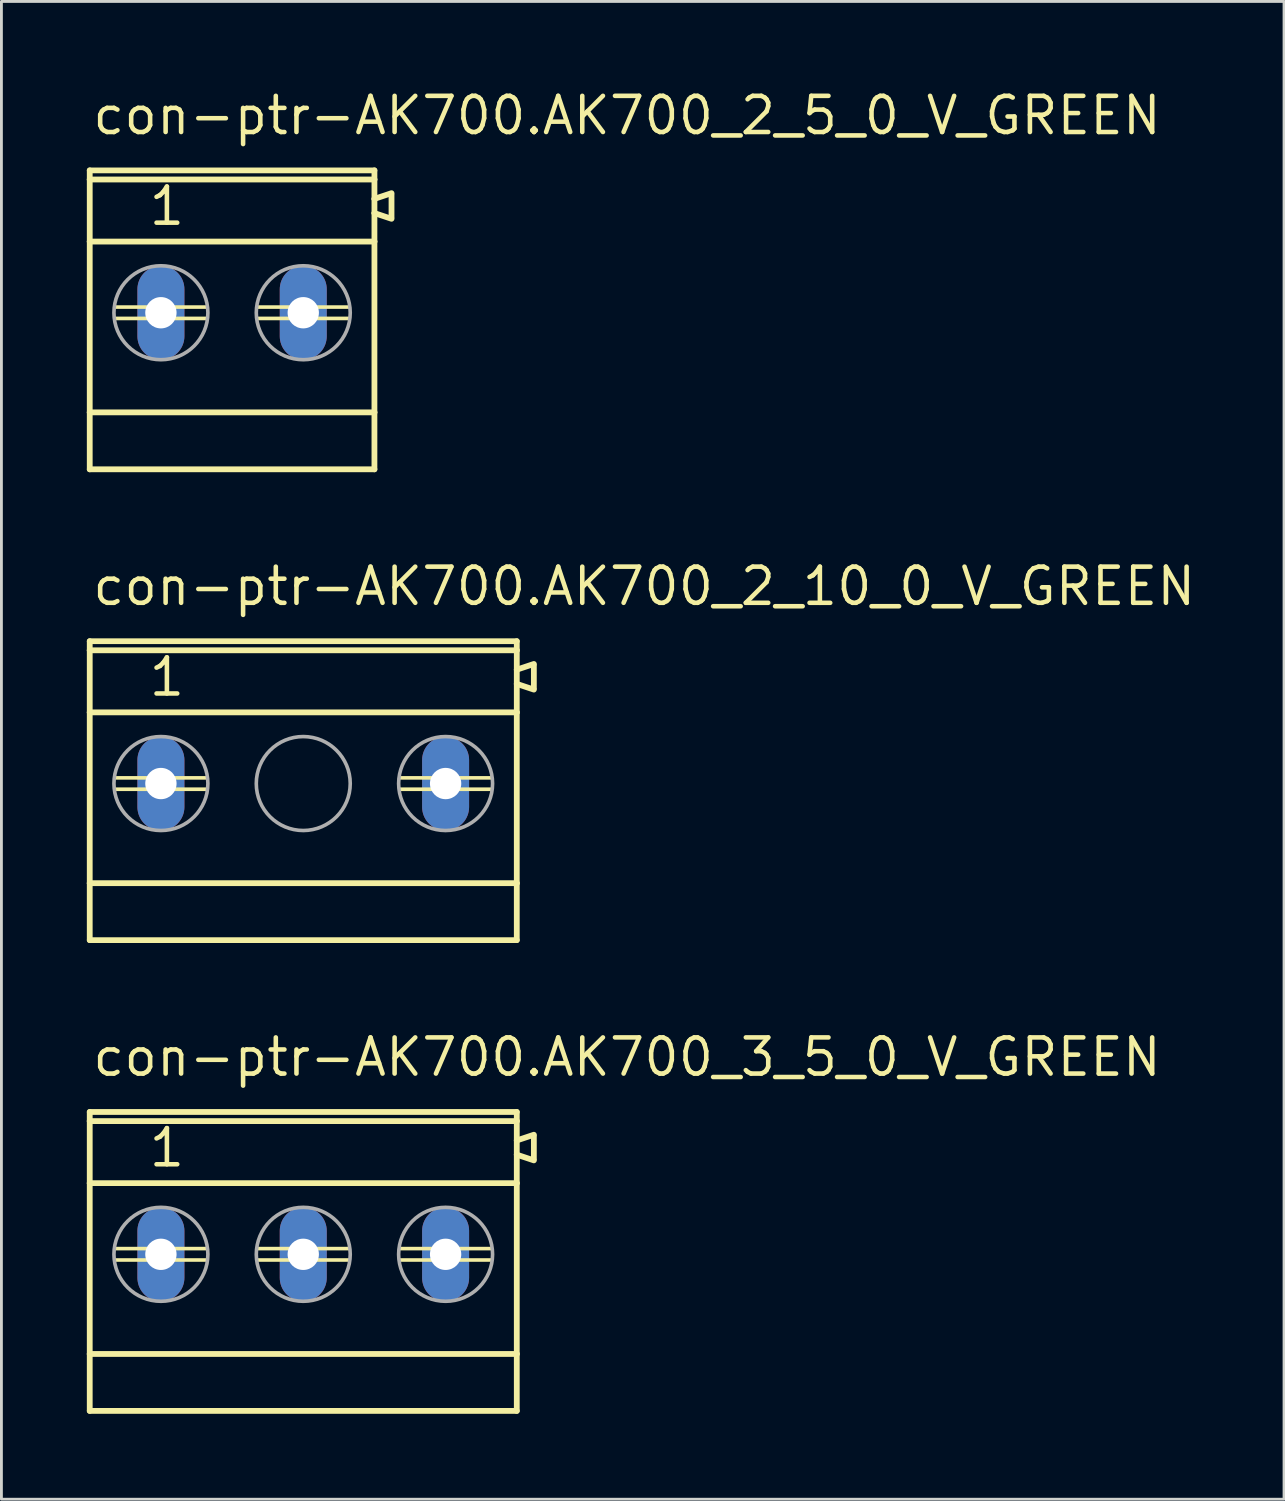
<source format=kicad_pcb>
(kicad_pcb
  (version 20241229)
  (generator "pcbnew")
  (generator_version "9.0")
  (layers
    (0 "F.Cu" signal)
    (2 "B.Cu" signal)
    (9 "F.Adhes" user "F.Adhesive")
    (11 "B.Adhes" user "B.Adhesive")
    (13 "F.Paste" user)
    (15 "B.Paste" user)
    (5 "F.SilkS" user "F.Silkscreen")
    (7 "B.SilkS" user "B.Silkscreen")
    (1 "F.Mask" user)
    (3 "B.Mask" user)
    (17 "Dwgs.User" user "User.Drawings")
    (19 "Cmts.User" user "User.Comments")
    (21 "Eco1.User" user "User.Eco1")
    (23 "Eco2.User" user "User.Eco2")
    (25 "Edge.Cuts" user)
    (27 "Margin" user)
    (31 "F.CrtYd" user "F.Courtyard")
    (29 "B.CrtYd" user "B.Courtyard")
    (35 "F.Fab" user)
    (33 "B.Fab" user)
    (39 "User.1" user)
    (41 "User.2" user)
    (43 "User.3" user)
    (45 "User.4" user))
  (footprint "con-ptr-AK700.AK700_2_5_0_V_GREEN"
    (layer "F.Cu")
    (at 5.102 7.935)
    (property "Reference" "con-ptr-AK700.AK700_2_5_0_V_GREEN" (at -4.98 -6.185 0) (layer "F.SilkS") (effects (font (size 1.27 1.27) (thickness 0.16)) (justify left bottom)))
    (attr through_hole)
    (fp_line (start -5 -5) (end -5 -4.68) (stroke (width 0.203) (type default)) (layer "F.SilkS"))
    (fp_line (start -5 -4.68) (end -5 -2.5) (stroke (width 0.203) (type default)) (layer "F.SilkS"))
    (fp_line (start -5 -2.5) (end -5 3.5) (stroke (width 0.203) (type default)) (layer "F.SilkS"))
    (fp_line (start -5 3.5) (end -5 5.5) (stroke (width 0.203) (type default)) (layer "F.SilkS"))
    (fp_line (start -5 5.5) (end 5 5.5) (stroke (width 0.203) (type default)) (layer "F.SilkS"))
    (fp_line (start -4.1 -0.2) (end -0.9 -0.2) (stroke (width 0.127) (type default)) (layer "F.SilkS"))
    (fp_line (start -4.1 0.2) (end -0.9 0.2) (stroke (width 0.127) (type default)) (layer "F.SilkS"))
    (fp_line (start 0.9 -0.2) (end 4.1 -0.2) (stroke (width 0.127) (type default)) (layer "F.SilkS"))
    (fp_line (start 0.9 0.2) (end 4.1 0.2) (stroke (width 0.127) (type default)) (layer "F.SilkS"))
    (fp_line (start 5 -5) (end -5 -5) (stroke (width 0.203) (type default)) (layer "F.SilkS"))
    (fp_line (start 5 -4.68) (end -5 -4.68) (stroke (width 0.203) (type default)) (layer "F.SilkS"))
    (fp_line (start 5 -4.68) (end 5 -5) (stroke (width 0.203) (type default)) (layer "F.SilkS"))
    (fp_line (start 5 -4) (end 5 -4.68) (stroke (width 0.203) (type default)) (layer "F.SilkS"))
    (fp_line (start 5 -3.5) (end 5 -4) (stroke (width 0.203) (type default)) (layer "F.SilkS"))
    (fp_line (start 5 -2.5) (end -5 -2.5) (stroke (width 0.203) (type default)) (layer "F.SilkS"))
    (fp_line (start 5 -2.5) (end 5 -3.5) (stroke (width 0.203) (type default)) (layer "F.SilkS"))
    (fp_line (start 5 3.5) (end -5 3.5) (stroke (width 0.203) (type default)) (layer "F.SilkS"))
    (fp_line (start 5 3.5) (end 5 -2.5) (stroke (width 0.203) (type default)) (layer "F.SilkS"))
    (fp_line (start 5 5.5) (end 5 3.5) (stroke (width 0.203) (type default)) (layer "F.SilkS"))
    (fp_line (start 5.6 -4.2) (end 5 -4) (stroke (width 0.203) (type default)) (layer "F.SilkS"))
    (fp_line (start 5.6 -3.35) (end 5.6 -4.15) (stroke (width 0.203) (type default)) (layer "F.SilkS"))
    (fp_line (start 5.6 -3.3) (end 5 -3.5) (stroke (width 0.203) (type default)) (layer "F.SilkS"))
    (fp_circle (center -2.5 0) (end -0.85 0) (stroke (width 0.127) (type default)) (fill no) (layer "F.Fab"))
    (fp_circle (center 2.5 0) (end 4.15 0) (stroke (width 0.127) (type default)) (fill no) (layer "F.Fab"))
    (fp_text user "1" (at -3 -3 0) (layer "F.SilkS") (effects (font (size 1.27 1.27) (thickness 0.16)) (justify left bottom)))
    (pad "1" thru_hole oval (at -2.5 0 90) (size 3.3 1.65) (drill 1.1) (layers "*.Cu" "*.Mask"))
    (pad "2" thru_hole oval (at 2.5 0 90) (size 3.3 1.65) (drill 1.1) (layers "*.Cu" "*.Mask")))
  (footprint "con-ptr-AK700.AK700_3_5_0_V_GREEN"
    (layer "F.Cu")
    (at 7.602 41.008)
    (property "Reference" "con-ptr-AK700.AK700_3_5_0_V_GREEN" (at -7.48 -6.185 0) (layer "F.SilkS") (effects (font (size 1.27 1.27) (thickness 0.16)) (justify left bottom)))
    (attr through_hole)
    (fp_line (start -7.5 -5) (end -7.5 -4.68) (stroke (width 0.203) (type default)) (layer "F.SilkS"))
    (fp_line (start -7.5 -4.68) (end -7.5 -2.5) (stroke (width 0.203) (type default)) (layer "F.SilkS"))
    (fp_line (start -7.5 -2.5) (end -7.5 3.5) (stroke (width 0.203) (type default)) (layer "F.SilkS"))
    (fp_line (start -7.5 3.5) (end -7.5 5.5) (stroke (width 0.203) (type default)) (layer "F.SilkS"))
    (fp_line (start -7.5 5.5) (end 7.5 5.5) (stroke (width 0.203) (type default)) (layer "F.SilkS"))
    (fp_line (start -6.6 -0.2) (end -3.4 -0.2) (stroke (width 0.127) (type default)) (layer "F.SilkS"))
    (fp_line (start -6.6 0.2) (end -3.4 0.2) (stroke (width 0.127) (type default)) (layer "F.SilkS"))
    (fp_line (start -1.6 -0.2) (end 1.6 -0.2) (stroke (width 0.127) (type default)) (layer "F.SilkS"))
    (fp_line (start -1.6 0.2) (end 1.6 0.2) (stroke (width 0.127) (type default)) (layer "F.SilkS"))
    (fp_line (start 3.4 -0.2) (end 6.6 -0.2) (stroke (width 0.127) (type default)) (layer "F.SilkS"))
    (fp_line (start 3.4 0.2) (end 6.6 0.2) (stroke (width 0.127) (type default)) (layer "F.SilkS"))
    (fp_line (start 7.5 -5) (end -7.5 -5) (stroke (width 0.203) (type default)) (layer "F.SilkS"))
    (fp_line (start 7.5 -4.68) (end -7.5 -4.68) (stroke (width 0.203) (type default)) (layer "F.SilkS"))
    (fp_line (start 7.5 -4.68) (end 7.5 -5) (stroke (width 0.203) (type default)) (layer "F.SilkS"))
    (fp_line (start 7.5 -4) (end 7.5 -4.68) (stroke (width 0.203) (type default)) (layer "F.SilkS"))
    (fp_line (start 7.5 -3.5) (end 7.5 -4) (stroke (width 0.203) (type default)) (layer "F.SilkS"))
    (fp_line (start 7.5 -2.5) (end -7.5 -2.5) (stroke (width 0.203) (type default)) (layer "F.SilkS"))
    (fp_line (start 7.5 -2.5) (end 7.5 -3.5) (stroke (width 0.203) (type default)) (layer "F.SilkS"))
    (fp_line (start 7.5 3.5) (end -7.5 3.5) (stroke (width 0.203) (type default)) (layer "F.SilkS"))
    (fp_line (start 7.5 3.5) (end 7.5 -2.5) (stroke (width 0.203) (type default)) (layer "F.SilkS"))
    (fp_line (start 7.5 5.5) (end 7.5 3.5) (stroke (width 0.203) (type default)) (layer "F.SilkS"))
    (fp_line (start 8.1 -4.2) (end 7.5 -4) (stroke (width 0.203) (type default)) (layer "F.SilkS"))
    (fp_line (start 8.1 -3.35) (end 8.1 -4.15) (stroke (width 0.203) (type default)) (layer "F.SilkS"))
    (fp_line (start 8.1 -3.3) (end 7.5 -3.5) (stroke (width 0.203) (type default)) (layer "F.SilkS"))
    (fp_circle (center -5 0) (end -3.35 0) (stroke (width 0.127) (type default)) (fill no) (layer "F.Fab"))
    (fp_circle (center 0 0) (end 1.65 0) (stroke (width 0.127) (type default)) (fill no) (layer "F.Fab"))
    (fp_circle (center 5 0) (end 6.65 0) (stroke (width 0.127) (type default)) (fill no) (layer "F.Fab"))
    (fp_text user "1" (at -5.5 -3 0) (layer "F.SilkS") (effects (font (size 1.27 1.27) (thickness 0.16)) (justify left bottom)))
    (pad "1" thru_hole oval (at -5 0 90) (size 3.3 1.65) (drill 1.1) (layers "*.Cu" "*.Mask"))
    (pad "2" thru_hole oval (at 0 0 90) (size 3.3 1.65) (drill 1.1) (layers "*.Cu" "*.Mask"))
    (pad "3" thru_hole oval (at 5 0 90) (size 3.3 1.65) (drill 1.1) (layers "*.Cu" "*.Mask")))
  (footprint "con-ptr-AK700.AK700_2_10_0_V_GREEN"
    (layer "F.Cu")
    (at 7.602 24.472)
    (property "Reference" "con-ptr-AK700.AK700_2_10_0_V_GREEN" (at -7.48 -6.185 0) (layer "F.SilkS") (effects (font (size 1.27 1.27) (thickness 0.16)) (justify left bottom)))
    (attr through_hole)
    (fp_line (start -7.5 -5) (end -7.5 -4.68) (stroke (width 0.203) (type default)) (layer "F.SilkS"))
    (fp_line (start -7.5 -4.68) (end -7.5 -2.5) (stroke (width 0.203) (type default)) (layer "F.SilkS"))
    (fp_line (start -7.5 -2.5) (end -7.5 3.5) (stroke (width 0.203) (type default)) (layer "F.SilkS"))
    (fp_line (start -7.5 3.5) (end -7.5 5.5) (stroke (width 0.203) (type default)) (layer "F.SilkS"))
    (fp_line (start -7.5 5.5) (end 7.5 5.5) (stroke (width 0.203) (type default)) (layer "F.SilkS"))
    (fp_line (start -6.6 -0.2) (end -3.4 -0.2) (stroke (width 0.127) (type default)) (layer "F.SilkS"))
    (fp_line (start -6.6 0.2) (end -3.4 0.2) (stroke (width 0.127) (type default)) (layer "F.SilkS"))
    (fp_line (start 3.4 -0.2) (end 6.6 -0.2) (stroke (width 0.127) (type default)) (layer "F.SilkS"))
    (fp_line (start 3.4 0.2) (end 6.6 0.2) (stroke (width 0.127) (type default)) (layer "F.SilkS"))
    (fp_line (start 7.5 -5) (end -7.5 -5) (stroke (width 0.203) (type default)) (layer "F.SilkS"))
    (fp_line (start 7.5 -4.68) (end -7.5 -4.68) (stroke (width 0.203) (type default)) (layer "F.SilkS"))
    (fp_line (start 7.5 -4.68) (end 7.5 -5) (stroke (width 0.203) (type default)) (layer "F.SilkS"))
    (fp_line (start 7.5 -4) (end 7.5 -4.68) (stroke (width 0.203) (type default)) (layer "F.SilkS"))
    (fp_line (start 7.5 -3.5) (end 7.5 -4) (stroke (width 0.203) (type default)) (layer "F.SilkS"))
    (fp_line (start 7.5 -2.5) (end -7.5 -2.5) (stroke (width 0.203) (type default)) (layer "F.SilkS"))
    (fp_line (start 7.5 -2.5) (end 7.5 -3.5) (stroke (width 0.203) (type default)) (layer "F.SilkS"))
    (fp_line (start 7.5 3.5) (end -7.5 3.5) (stroke (width 0.203) (type default)) (layer "F.SilkS"))
    (fp_line (start 7.5 3.5) (end 7.5 -2.5) (stroke (width 0.203) (type default)) (layer "F.SilkS"))
    (fp_line (start 7.5 5.5) (end 7.5 3.5) (stroke (width 0.203) (type default)) (layer "F.SilkS"))
    (fp_line (start 8.1 -4.2) (end 7.5 -4) (stroke (width 0.203) (type default)) (layer "F.SilkS"))
    (fp_line (start 8.1 -3.35) (end 8.1 -4.15) (stroke (width 0.203) (type default)) (layer "F.SilkS"))
    (fp_line (start 8.1 -3.3) (end 7.5 -3.5) (stroke (width 0.203) (type default)) (layer "F.SilkS"))
    (fp_circle (center -5 0) (end -3.35 0) (stroke (width 0.127) (type default)) (fill no) (layer "F.Fab"))
    (fp_circle (center 0 0) (end 1.65 0) (stroke (width 0.127) (type default)) (fill no) (layer "F.Fab"))
    (fp_circle (center 5 0) (end 6.65 0) (stroke (width 0.127) (type default)) (fill no) (layer "F.Fab"))
    (fp_text user "1" (at -5.5 -3 0) (layer "F.SilkS") (effects (font (size 1.27 1.27) (thickness 0.16)) (justify left bottom)))
    (pad "1" thru_hole oval (at -5 0 90) (size 3.3 1.65) (drill 1.1) (layers "*.Cu" "*.Mask"))
    (pad "2" thru_hole oval (at 5 0 90) (size 3.3 1.65) (drill 1.1) (layers "*.Cu" "*.Mask")))
  (gr_rect
    (start -3 -3)
    (end 42.052 49.61)
    (stroke (width 0.1) (type default))
    (fill no)
    (layer "Edge.Cuts")))
</source>
